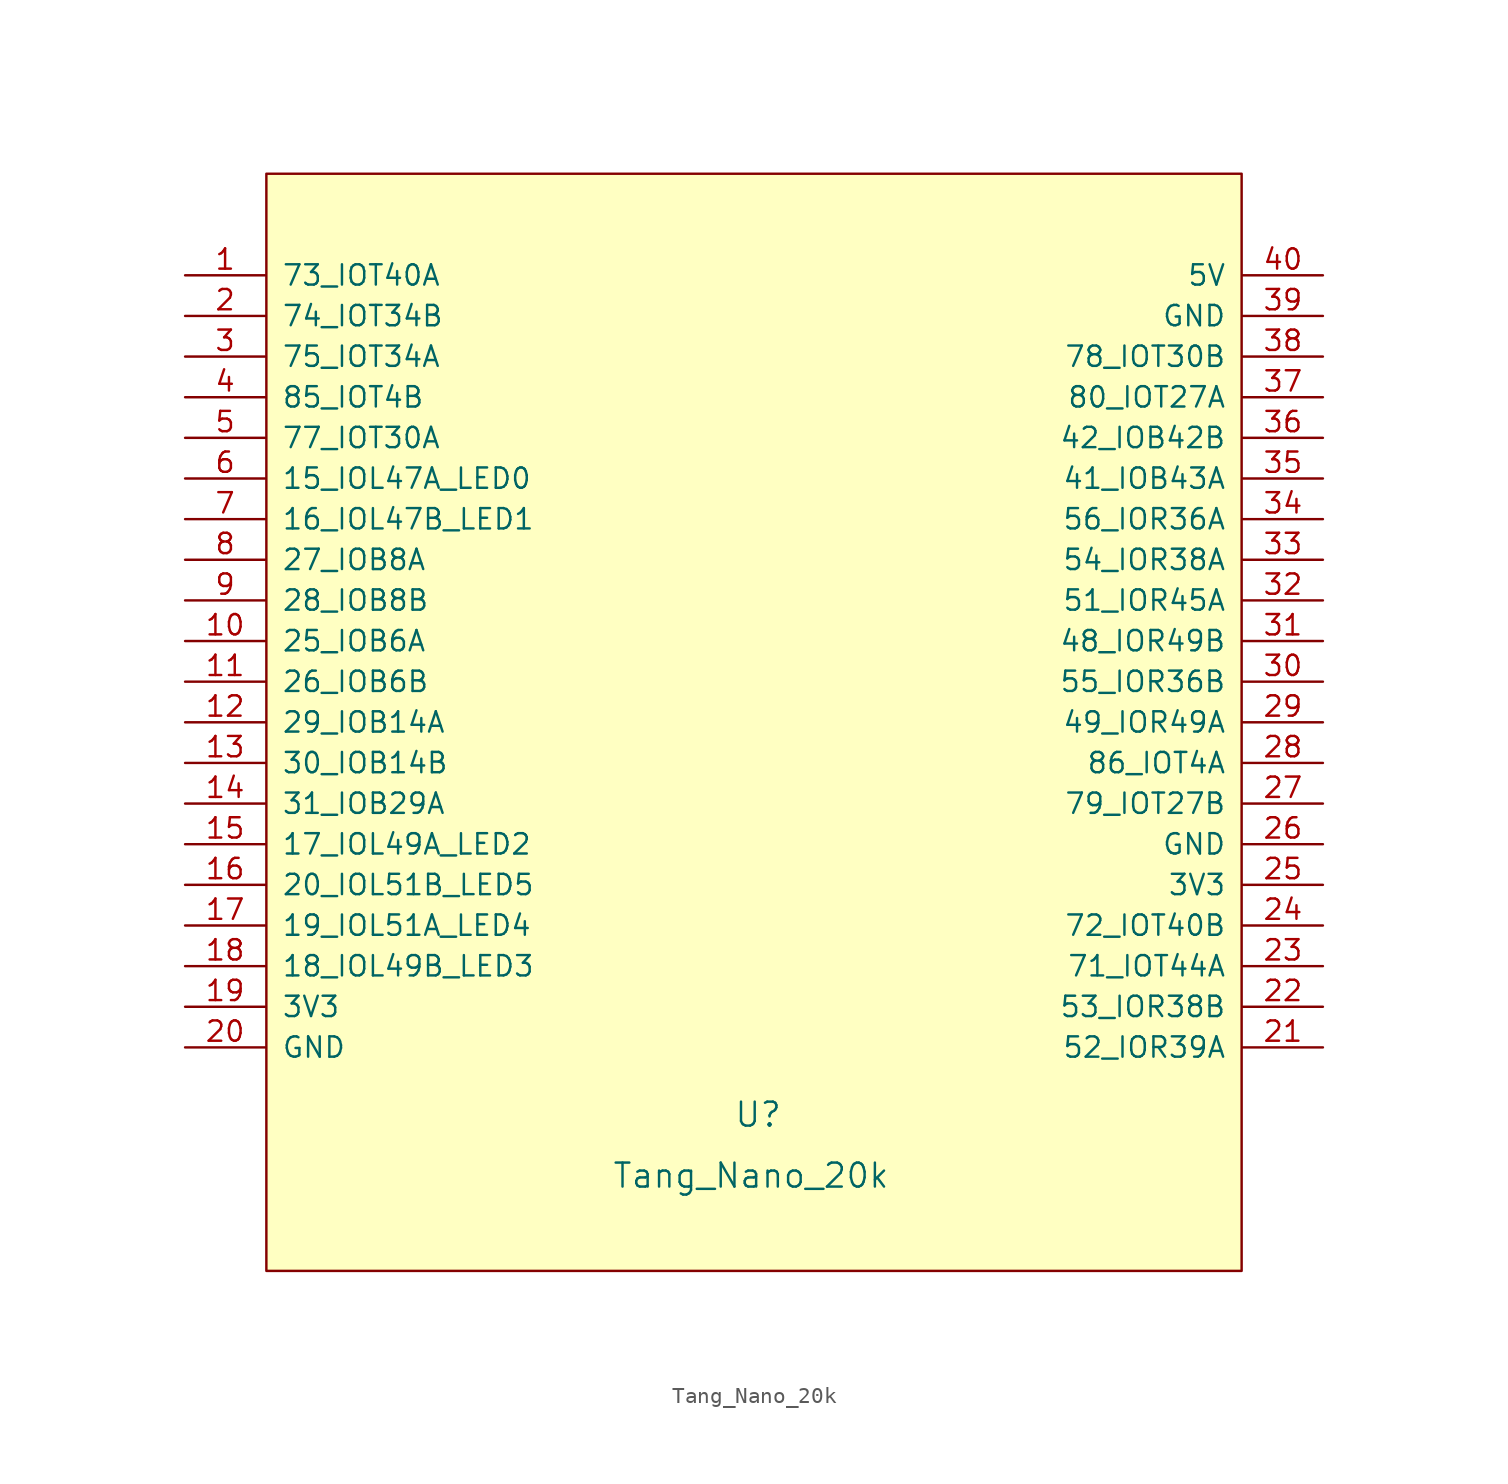
<source format=kicad_sym>
(kicad_symbol_lib
  (version 20231120)
  (generator "kicad_symbol_editor")
  (generator_version "8.0")
  (symbol "Tang_Nano_20k"
    (pin_names
      (offset 1.016))
    (property "Reference" "U"
      (at -1.27 -25.4 0)
      (effects (font (size 1.499 1.499)) (justify left bottom)))
    (property "Value" "Tang_Nano_20k"
      (at -8.89 -29.21 0)
      (effects (font (size 1.499 1.499)) (justify left bottom)))
    (symbol "Tang_Nano_20k_1_0"
      (pin bidirectional line (at -35.56 27.94 0) (length 5) (name "73_IOT40A" (effects (font (size 1.27 1.27)))) (number "1" (effects (font (size 1.27 1.27)))))
      (pin bidirectional line (at -35.56 5.08 0) (length 5) (name "25_IOB6A" (effects (font (size 1.27 1.27)))) (number "10" (effects (font (size 1.27 1.27)))))
      (pin bidirectional line (at -35.56 2.54 0) (length 5) (name "26_IOB6B" (effects (font (size 1.27 1.27)))) (number "11" (effects (font (size 1.27 1.27)))))
      (pin bidirectional line (at -35.56 0 0) (length 5) (name "29_IOB14A" (effects (font (size 1.27 1.27)))) (number "12" (effects (font (size 1.27 1.27)))))
      (pin bidirectional line (at -35.56 -2.54 0) (length 5) (name "30_IOB14B" (effects (font (size 1.27 1.27)))) (number "13" (effects (font (size 1.27 1.27)))))
      (pin bidirectional line (at -35.56 -5.08 0) (length 5) (name "31_IOB29A" (effects (font (size 1.27 1.27)))) (number "14" (effects (font (size 1.27 1.27)))))
      (pin bidirectional line (at -35.56 -7.62 0) (length 5) (name "17_IOL49A_LED2" (effects (font (size 1.27 1.27)))) (number "15" (effects (font (size 1.27 1.27)))))
      (pin bidirectional line (at -35.56 -10.16 0) (length 5) (name "20_IOL51B_LED5" (effects (font (size 1.27 1.27)))) (number "16" (effects (font (size 1.27 1.27)))))
      (pin bidirectional line (at -35.56 -12.7 0) (length 5) (name "19_IOL51A_LED4" (effects (font (size 1.27 1.27)))) (number "17" (effects (font (size 1.27 1.27)))))
      (pin bidirectional line (at -35.56 -15.24 0) (length 5) (name "18_IOL49B_LED3" (effects (font (size 1.27 1.27)))) (number "18" (effects (font (size 1.27 1.27)))))
      (pin bidirectional line (at -35.56 -17.78 0) (length 5) (name "3V3" (effects (font (size 1.27 1.27)))) (number "19" (effects (font (size 1.27 1.27)))))
      (pin bidirectional line (at -35.56 25.4 0) (length 5) (name "74_IOT34B" (effects (font (size 1.27 1.27)))) (number "2" (effects (font (size 1.27 1.27)))))
      (pin bidirectional line (at -35.56 -20.32 0) (length 5) (name "GND" (effects (font (size 1.27 1.27)))) (number "20" (effects (font (size 1.27 1.27)))))
      (pin bidirectional line (at 35.56 -20.32 180) (length 5) (name "52_IOR39A" (effects (font (size 1.27 1.27)))) (number "21" (effects (font (size 1.27 1.27)))))
      (pin bidirectional line (at 35.56 -17.78 180) (length 5) (name "53_IOR38B" (effects (font (size 1.27 1.27)))) (number "22" (effects (font (size 1.27 1.27)))))
      (pin bidirectional line (at 35.56 -15.24 180) (length 5) (name "71_IOT44A" (effects (font (size 1.27 1.27)))) (number "23" (effects (font (size 1.27 1.27)))))
      (pin bidirectional line (at 35.56 -12.7 180) (length 5) (name "72_IOT40B" (effects (font (size 1.27 1.27)))) (number "24" (effects (font (size 1.27 1.27)))))
      (pin bidirectional line (at 35.56 -10.16 180) (length 5) (name "3V3" (effects (font (size 1.27 1.27)))) (number "25" (effects (font (size 1.27 1.27)))))
      (pin bidirectional line (at 35.56 -7.62 180) (length 5) (name "GND" (effects (font (size 1.27 1.27)))) (number "26" (effects (font (size 1.27 1.27)))))
      (pin bidirectional line (at 35.56 -5.08 180) (length 5) (name "79_IOT27B" (effects (font (size 1.27 1.27)))) (number "27" (effects (font (size 1.27 1.27)))))
      (pin bidirectional line (at 35.56 -2.54 180) (length 5) (name "86_IOT4A" (effects (font (size 1.27 1.27)))) (number "28" (effects (font (size 1.27 1.27)))))
      (pin bidirectional line (at 35.56 0 180) (length 5) (name "49_IOR49A" (effects (font (size 1.27 1.27)))) (number "29" (effects (font (size 1.27 1.27)))))
      (pin bidirectional line (at -35.56 22.86 0) (length 5) (name "75_IOT34A" (effects (font (size 1.27 1.27)))) (number "3" (effects (font (size 1.27 1.27)))))
      (pin bidirectional line (at 35.56 2.54 180) (length 5) (name "55_IOR36B" (effects (font (size 1.27 1.27)))) (number "30" (effects (font (size 1.27 1.27)))))
      (pin bidirectional line (at 35.56 5.08 180) (length 5) (name "48_IOR49B" (effects (font (size 1.27 1.27)))) (number "31" (effects (font (size 1.27 1.27)))))
      (pin bidirectional line (at 35.56 7.62 180) (length 5) (name "51_IOR45A" (effects (font (size 1.27 1.27)))) (number "32" (effects (font (size 1.27 1.27)))))
      (pin bidirectional line (at 35.56 10.16 180) (length 5) (name "54_IOR38A" (effects (font (size 1.27 1.27)))) (number "33" (effects (font (size 1.27 1.27)))))
      (pin bidirectional line (at 35.56 12.7 180) (length 5) (name "56_IOR36A" (effects (font (size 1.27 1.27)))) (number "34" (effects (font (size 1.27 1.27)))))
      (pin bidirectional line (at 35.56 15.24 180) (length 5) (name "41_IOB43A" (effects (font (size 1.27 1.27)))) (number "35" (effects (font (size 1.27 1.27)))))
      (pin bidirectional line (at 35.56 17.78 180) (length 5) (name "42_IOB42B" (effects (font (size 1.27 1.27)))) (number "36" (effects (font (size 1.27 1.27)))))
      (pin bidirectional line (at 35.56 20.32 180) (length 5) (name "80_IOT27A" (effects (font (size 1.27 1.27)))) (number "37" (effects (font (size 1.27 1.27)))))
      (pin bidirectional line (at 35.56 22.86 180) (length 5) (name "78_IOT30B" (effects (font (size 1.27 1.27)))) (number "38" (effects (font (size 1.27 1.27)))))
      (pin bidirectional line (at 35.56 25.4 180) (length 5) (name "GND" (effects (font (size 1.27 1.27)))) (number "39" (effects (font (size 1.27 1.27)))))
      (pin bidirectional line (at -35.56 20.32 0) (length 5) (name "85_IOT4B" (effects (font (size 1.27 1.27)))) (number "4" (effects (font (size 1.27 1.27)))))
      (pin bidirectional line (at 35.56 27.94 180) (length 5) (name "5V" (effects (font (size 1.27 1.27)))) (number "40" (effects (font (size 1.27 1.27)))))
      (pin bidirectional line (at -35.56 17.78 0) (length 5) (name "77_IOT30A" (effects (font (size 1.27 1.27)))) (number "5" (effects (font (size 1.27 1.27)))))
      (pin bidirectional line (at -35.56 15.24 0) (length 5) (name "15_IOL47A_LED0" (effects (font (size 1.27 1.27)))) (number "6" (effects (font (size 1.27 1.27)))))
      (pin bidirectional line (at -35.56 12.7 0) (length 5) (name "16_IOL47B_LED1" (effects (font (size 1.27 1.27)))) (number "7" (effects (font (size 1.27 1.27)))))
      (pin bidirectional line (at -35.56 10.16 0) (length 5) (name "27_IOB8A" (effects (font (size 1.27 1.27)))) (number "8" (effects (font (size 1.27 1.27)))))
      (pin bidirectional line (at -35.56 7.62 0) (length 5) (name "28_IOB8B" (effects (font (size 1.27 1.27)))) (number "9" (effects (font (size 1.27 1.27))))))
    (symbol "Tang_Nano_20k_1_1"
      (rectangle (start -30.48 34.29) (end 30.48 -34.29) (stroke (width 0) (type default)) (fill (type background))))))
</source>
